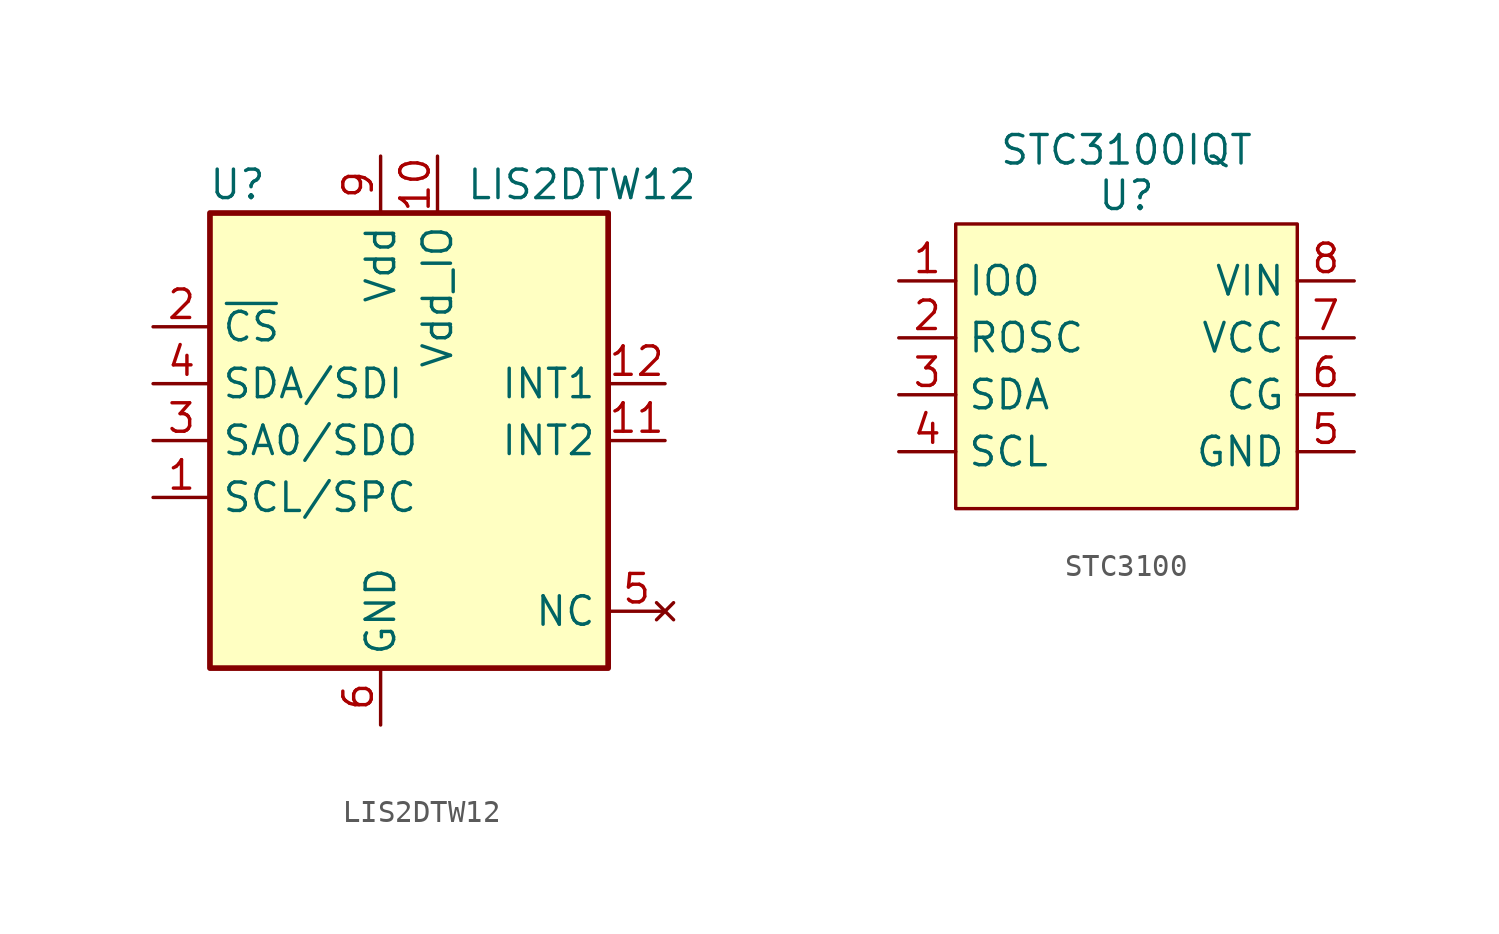
<source format=kicad_sym>
(kicad_symbol_lib
  (version 20231120)
  (generator "kicad_symbol_editor")
  (generator_version "8.0")
  (symbol "LIS2DTW12"
    (property "Reference" "U"
      (at -5.08 11.43 0)
      (effects (font (size 1.27 1.27)) (justify right)))
    (property "Value" "LIS2DTW12"
      (at 3.81 11.43 0)
      (effects (font (size 1.27 1.27)) (justify left)))
    (symbol "LIS2DTW12_0_1"
      (rectangle (start -7.62 10.16) (end 10.16 -10.16) (stroke (width 0.254) (type default)) (fill (type background))))
    (symbol "LIS2DTW12_1_1"
      (pin input line (at -10.16 -2.54 0) (length 2.54) (name "SCL/SPC" (effects (font (size 1.27 1.27)))) (number "1" (effects (font (size 1.27 1.27)))))
      (pin power_in line (at 2.54 12.7 270) (length 2.54) (name "Vdd_IO" (effects (font (size 1.27 1.27)))) (number "10" (effects (font (size 1.27 1.27)))))
      (pin output line (at 12.7 0 180) (length 2.54) (name "INT2" (effects (font (size 1.27 1.27)))) (number "11" (effects (font (size 1.27 1.27)))))
      (pin output line (at 12.7 2.54 180) (length 2.54) (name "INT1" (effects (font (size 1.27 1.27)))) (number "12" (effects (font (size 1.27 1.27)))))
      (pin input line (at -10.16 5.08 0) (length 2.54) (name "~{CS}" (effects (font (size 1.27 1.27)))) (number "2" (effects (font (size 1.27 1.27)))))
      (pin bidirectional line (at -10.16 0 0) (length 2.54) (name "SA0/SDO" (effects (font (size 1.27 1.27)))) (number "3" (effects (font (size 1.27 1.27)))))
      (pin bidirectional line (at -10.16 2.54 0) (length 2.54) (name "SDA/SDI" (effects (font (size 1.27 1.27)))) (number "4" (effects (font (size 1.27 1.27)))))
      (pin no_connect line (at 12.7 -7.62 180) (length 2.54) (name "NC" (effects (font (size 1.27 1.27)))) (number "5" (effects (font (size 1.27 1.27)))))
      (pin power_in line (at 0 -12.7 90) (length 2.54) (name "GND" (effects (font (size 1.27 1.27)))) (number "6" (effects (font (size 1.27 1.27)))))
      (pin passive line (at 0 -12.7 90) (length 2.54) hide (name "GND" (effects (font (size 1.27 1.27)))) (number "7" (effects (font (size 1.27 1.27)))))
      (pin passive line (at 0 -12.7 90) (length 2.54) hide (name "GND" (effects (font (size 1.27 1.27)))) (number "8" (effects (font (size 1.27 1.27)))))
      (pin power_in line (at 0 12.7 270) (length 2.54) (name "Vdd" (effects (font (size 1.27 1.27)))) (number "9" (effects (font (size 1.27 1.27)))))))
  (symbol "STC3100"
    (property "Reference" "U"
      (at 0 7.62 0)
      (effects (font (size 1.27 1.27))))
    (property "Value" "STC3100IQT"
      (at 0 9.652 0)
      (effects (font (size 1.27 1.27))))
    (symbol "STC3100_1_1"
      (rectangle (start -7.62 6.35) (end 7.62 -6.35) (stroke (width 0) (type default)) (fill (type background)))
      (pin bidirectional line (at -10.16 3.81 0) (length 2.54) (name "IO0" (effects (font (size 1.27 1.27)))) (number "1" (effects (font (size 1.27 1.27)))))
      (pin passive line (at -10.16 1.27 0) (length 2.54) (name "ROSC" (effects (font (size 1.27 1.27)))) (number "2" (effects (font (size 1.27 1.27)))))
      (pin bidirectional line (at -10.16 -1.27 0) (length 2.54) (name "SDA" (effects (font (size 1.27 1.27)))) (number "3" (effects (font (size 1.27 1.27)))))
      (pin bidirectional line (at -10.16 -3.81 0) (length 2.54) (name "SCL" (effects (font (size 1.27 1.27)))) (number "4" (effects (font (size 1.27 1.27)))))
      (pin power_in line (at 10.16 -3.81 180) (length 2.54) (name "GND" (effects (font (size 1.27 1.27)))) (number "5" (effects (font (size 1.27 1.27)))))
      (pin input line (at 10.16 -1.27 180) (length 2.54) (name "CG" (effects (font (size 1.27 1.27)))) (number "6" (effects (font (size 1.27 1.27)))))
      (pin power_in line (at 10.16 1.27 180) (length 2.54) (name "VCC" (effects (font (size 1.27 1.27)))) (number "7" (effects (font (size 1.27 1.27)))))
      (pin input line (at 10.16 3.81 180) (length 2.54) (name "VIN" (effects (font (size 1.27 1.27)))) (number "8" (effects (font (size 1.27 1.27)))))
      (pin unspecified line (at 10.16 -3.81 180) (length 2.54) hide (name "EP" (effects (font (size 1.27 1.27)))) (number "9" (effects (font (size 1.27 1.27))))))))
</source>
